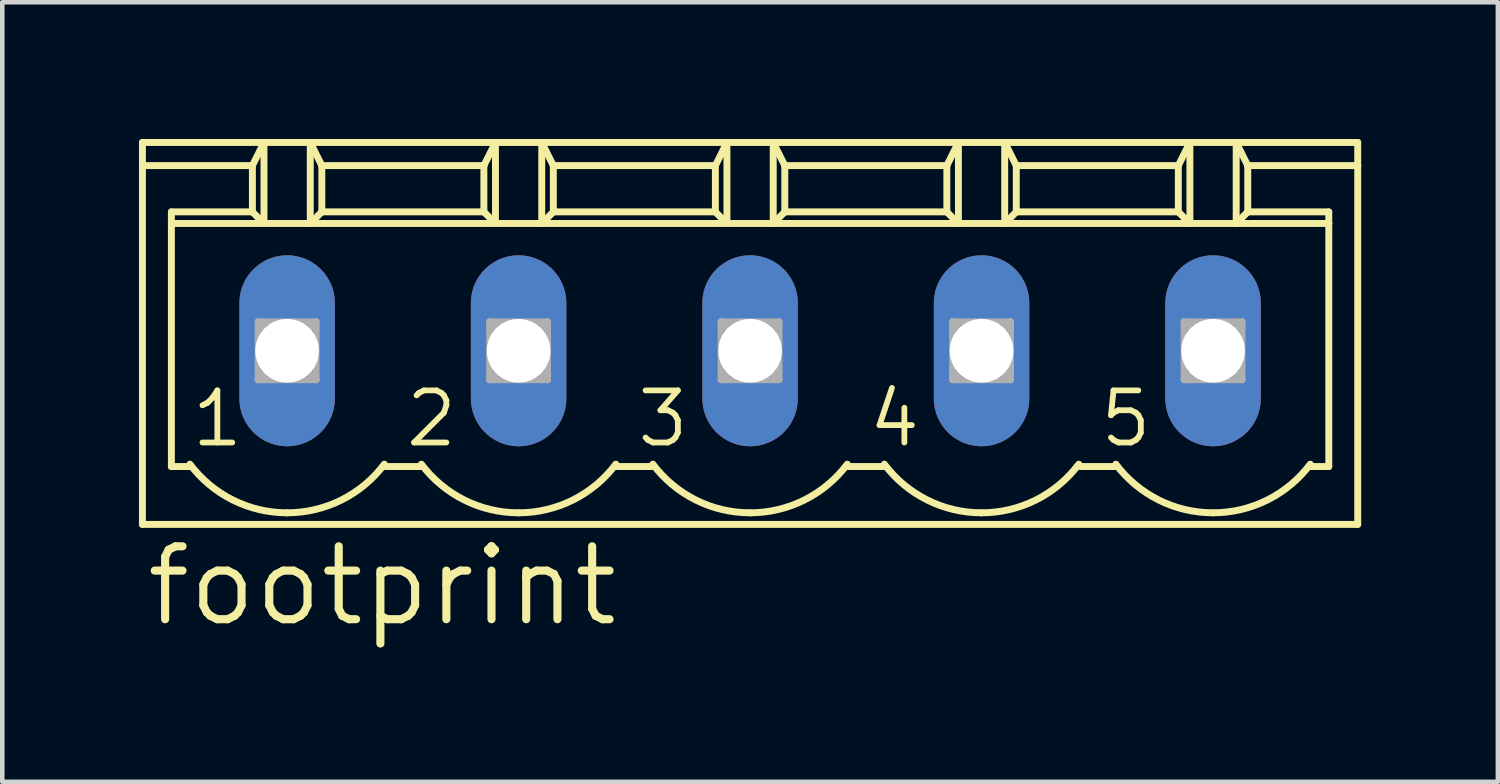
<source format=kicad_pcb>
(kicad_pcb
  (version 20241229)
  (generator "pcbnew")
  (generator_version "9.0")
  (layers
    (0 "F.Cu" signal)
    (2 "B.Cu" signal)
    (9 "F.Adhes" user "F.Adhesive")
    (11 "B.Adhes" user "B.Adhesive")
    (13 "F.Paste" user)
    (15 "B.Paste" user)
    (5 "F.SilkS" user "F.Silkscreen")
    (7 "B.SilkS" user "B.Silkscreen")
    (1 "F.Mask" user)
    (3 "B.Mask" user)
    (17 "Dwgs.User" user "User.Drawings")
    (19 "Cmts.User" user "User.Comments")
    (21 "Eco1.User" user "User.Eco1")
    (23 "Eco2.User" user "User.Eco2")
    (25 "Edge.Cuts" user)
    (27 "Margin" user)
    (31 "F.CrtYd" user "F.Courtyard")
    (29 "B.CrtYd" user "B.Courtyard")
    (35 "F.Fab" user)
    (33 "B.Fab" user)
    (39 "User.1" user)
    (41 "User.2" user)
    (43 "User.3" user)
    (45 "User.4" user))
  (footprint "footprint"
    (layer "F.Cu")
    (at 13.411 4.648)
    (property "Reference" "footprint" (at -13.335 6.096 0) (layer "F.SilkS") (effects (font (size 1.6 1.6) (thickness 0.178)) (justify left bottom)))
    (fp_line (start -13.335 -4.572) (end -13.335 -4.064) (stroke (width 0.152) (type solid)) (layer "F.SilkS"))
    (fp_line (start -13.335 -4.572) (end -10.668 -4.572) (stroke (width 0.152) (type solid)) (layer "F.SilkS"))
    (fp_line (start -13.335 -4.064) (end -13.335 3.81) (stroke (width 0.152) (type solid)) (layer "F.SilkS"))
    (fp_line (start -13.335 -4.064) (end -10.922 -4.064) (stroke (width 0.152) (type solid)) (layer "F.SilkS"))
    (fp_line (start -13.335 3.81) (end 13.335 3.81) (stroke (width 0.152) (type solid)) (layer "F.SilkS"))
    (fp_line (start -12.7 -2.794) (end -12.7 -3.048) (stroke (width 0.152) (type solid)) (layer "F.SilkS"))
    (fp_line (start -12.7 -2.794) (end -10.668 -2.794) (stroke (width 0.152) (type solid)) (layer "F.SilkS"))
    (fp_line (start -12.7 2.54) (end -12.7 -2.794) (stroke (width 0.152) (type solid)) (layer "F.SilkS"))
    (fp_line (start -12.7 2.54) (end -12.268 2.54) (stroke (width 0.152) (type solid)) (layer "F.SilkS"))
    (fp_line (start -10.922 -4.064) (end -10.922 -3.048) (stroke (width 0.152) (type solid)) (layer "F.SilkS"))
    (fp_line (start -10.922 -4.064) (end -10.668 -4.572) (stroke (width 0.152) (type solid)) (layer "F.SilkS"))
    (fp_line (start -10.922 -3.048) (end -12.7 -3.048) (stroke (width 0.152) (type solid)) (layer "F.SilkS"))
    (fp_line (start -10.922 -3.048) (end -10.668 -2.794) (stroke (width 0.152) (type solid)) (layer "F.SilkS"))
    (fp_line (start -10.668 -4.572) (end -9.652 -4.572) (stroke (width 0.152) (type solid)) (layer "F.SilkS"))
    (fp_line (start -10.668 -2.794) (end -10.668 -4.572) (stroke (width 0.152) (type solid)) (layer "F.SilkS"))
    (fp_line (start -10.668 -2.794) (end -9.652 -2.794) (stroke (width 0.152) (type solid)) (layer "F.SilkS"))
    (fp_line (start -9.652 -4.572) (end -9.398 -4.064) (stroke (width 0.152) (type solid)) (layer "F.SilkS"))
    (fp_line (start -9.652 -4.572) (end -5.588 -4.572) (stroke (width 0.152) (type solid)) (layer "F.SilkS"))
    (fp_line (start -9.652 -2.794) (end -9.652 -4.572) (stroke (width 0.152) (type solid)) (layer "F.SilkS"))
    (fp_line (start -9.652 -2.794) (end -5.588 -2.794) (stroke (width 0.152) (type solid)) (layer "F.SilkS"))
    (fp_line (start -9.398 -4.064) (end -9.398 -3.048) (stroke (width 0.152) (type solid)) (layer "F.SilkS"))
    (fp_line (start -9.398 -4.064) (end -5.842 -4.064) (stroke (width 0.152) (type solid)) (layer "F.SilkS"))
    (fp_line (start -9.398 -3.048) (end -9.652 -2.794) (stroke (width 0.152) (type solid)) (layer "F.SilkS"))
    (fp_line (start -8.001 2.54) (end -7.239 2.54) (stroke (width 0.152) (type solid)) (layer "F.SilkS"))
    (fp_line (start -5.842 -4.064) (end -5.842 -3.048) (stroke (width 0.152) (type solid)) (layer "F.SilkS"))
    (fp_line (start -5.842 -4.064) (end -5.588 -4.572) (stroke (width 0.152) (type solid)) (layer "F.SilkS"))
    (fp_line (start -5.842 -3.048) (end -9.398 -3.048) (stroke (width 0.152) (type solid)) (layer "F.SilkS"))
    (fp_line (start -5.842 -3.048) (end -5.588 -2.794) (stroke (width 0.152) (type solid)) (layer "F.SilkS"))
    (fp_line (start -5.588 -4.572) (end -4.572 -4.572) (stroke (width 0.152) (type solid)) (layer "F.SilkS"))
    (fp_line (start -5.588 -2.794) (end -5.588 -4.572) (stroke (width 0.152) (type solid)) (layer "F.SilkS"))
    (fp_line (start -5.588 -2.794) (end -4.572 -2.794) (stroke (width 0.152) (type solid)) (layer "F.SilkS"))
    (fp_line (start -4.572 -4.572) (end -4.318 -4.064) (stroke (width 0.152) (type solid)) (layer "F.SilkS"))
    (fp_line (start -4.572 -4.572) (end -0.508 -4.572) (stroke (width 0.152) (type solid)) (layer "F.SilkS"))
    (fp_line (start -4.572 -2.794) (end -4.572 -4.572) (stroke (width 0.152) (type solid)) (layer "F.SilkS"))
    (fp_line (start -4.572 -2.794) (end -0.508 -2.794) (stroke (width 0.152) (type solid)) (layer "F.SilkS"))
    (fp_line (start -4.318 -4.064) (end -4.318 -3.048) (stroke (width 0.152) (type solid)) (layer "F.SilkS"))
    (fp_line (start -4.318 -4.064) (end -0.762 -4.064) (stroke (width 0.152) (type solid)) (layer "F.SilkS"))
    (fp_line (start -4.318 -3.048) (end -4.572 -2.794) (stroke (width 0.152) (type solid)) (layer "F.SilkS"))
    (fp_line (start -2.921 2.54) (end -2.159 2.54) (stroke (width 0.152) (type solid)) (layer "F.SilkS"))
    (fp_line (start -0.762 -4.064) (end -0.762 -3.048) (stroke (width 0.152) (type solid)) (layer "F.SilkS"))
    (fp_line (start -0.762 -4.064) (end -0.508 -4.572) (stroke (width 0.152) (type solid)) (layer "F.SilkS"))
    (fp_line (start -0.762 -3.048) (end -4.318 -3.048) (stroke (width 0.152) (type solid)) (layer "F.SilkS"))
    (fp_line (start -0.762 -3.048) (end -0.508 -2.794) (stroke (width 0.152) (type solid)) (layer "F.SilkS"))
    (fp_line (start -0.508 -4.572) (end 0.508 -4.572) (stroke (width 0.152) (type solid)) (layer "F.SilkS"))
    (fp_line (start -0.508 -2.794) (end -0.508 -4.572) (stroke (width 0.152) (type solid)) (layer "F.SilkS"))
    (fp_line (start -0.508 -2.794) (end 0.508 -2.794) (stroke (width 0.152) (type solid)) (layer "F.SilkS"))
    (fp_line (start 0.508 -4.572) (end 0.762 -4.064) (stroke (width 0.152) (type solid)) (layer "F.SilkS"))
    (fp_line (start 0.508 -4.572) (end 4.572 -4.572) (stroke (width 0.152) (type solid)) (layer "F.SilkS"))
    (fp_line (start 0.508 -2.794) (end 0.508 -4.572) (stroke (width 0.152) (type solid)) (layer "F.SilkS"))
    (fp_line (start 0.508 -2.794) (end 4.572 -2.794) (stroke (width 0.152) (type solid)) (layer "F.SilkS"))
    (fp_line (start 0.762 -4.064) (end 0.762 -3.048) (stroke (width 0.152) (type solid)) (layer "F.SilkS"))
    (fp_line (start 0.762 -4.064) (end 4.318 -4.064) (stroke (width 0.152) (type solid)) (layer "F.SilkS"))
    (fp_line (start 0.762 -3.048) (end 0.508 -2.794) (stroke (width 0.152) (type solid)) (layer "F.SilkS"))
    (fp_line (start 0.762 -3.048) (end 4.318 -3.048) (stroke (width 0.152) (type solid)) (layer "F.SilkS"))
    (fp_line (start 2.159 2.54) (end 2.921 2.54) (stroke (width 0.152) (type solid)) (layer "F.SilkS"))
    (fp_line (start 4.318 -4.064) (end 4.318 -3.048) (stroke (width 0.152) (type solid)) (layer "F.SilkS"))
    (fp_line (start 4.318 -4.064) (end 4.572 -4.572) (stroke (width 0.152) (type solid)) (layer "F.SilkS"))
    (fp_line (start 4.318 -3.048) (end 4.572 -2.794) (stroke (width 0.152) (type solid)) (layer "F.SilkS"))
    (fp_line (start 4.572 -4.572) (end 5.588 -4.572) (stroke (width 0.152) (type solid)) (layer "F.SilkS"))
    (fp_line (start 4.572 -2.794) (end 4.572 -4.572) (stroke (width 0.152) (type solid)) (layer "F.SilkS"))
    (fp_line (start 4.572 -2.794) (end 5.588 -2.794) (stroke (width 0.152) (type solid)) (layer "F.SilkS"))
    (fp_line (start 5.588 -4.572) (end 5.842 -4.064) (stroke (width 0.152) (type solid)) (layer "F.SilkS"))
    (fp_line (start 5.588 -4.572) (end 9.652 -4.572) (stroke (width 0.152) (type solid)) (layer "F.SilkS"))
    (fp_line (start 5.588 -2.794) (end 5.588 -4.572) (stroke (width 0.152) (type solid)) (layer "F.SilkS"))
    (fp_line (start 5.588 -2.794) (end 9.652 -2.794) (stroke (width 0.152) (type solid)) (layer "F.SilkS"))
    (fp_line (start 5.842 -4.064) (end 5.842 -3.048) (stroke (width 0.152) (type solid)) (layer "F.SilkS"))
    (fp_line (start 5.842 -4.064) (end 9.398 -4.064) (stroke (width 0.152) (type solid)) (layer "F.SilkS"))
    (fp_line (start 5.842 -3.048) (end 5.588 -2.794) (stroke (width 0.152) (type solid)) (layer "F.SilkS"))
    (fp_line (start 5.842 -3.048) (end 9.398 -3.048) (stroke (width 0.152) (type solid)) (layer "F.SilkS"))
    (fp_line (start 7.239 2.54) (end 8.001 2.54) (stroke (width 0.152) (type solid)) (layer "F.SilkS"))
    (fp_line (start 9.398 -4.064) (end 9.398 -3.048) (stroke (width 0.152) (type solid)) (layer "F.SilkS"))
    (fp_line (start 9.398 -4.064) (end 9.652 -4.572) (stroke (width 0.152) (type solid)) (layer "F.SilkS"))
    (fp_line (start 9.398 -3.048) (end 9.652 -2.794) (stroke (width 0.152) (type solid)) (layer "F.SilkS"))
    (fp_line (start 9.652 -4.572) (end 10.668 -4.572) (stroke (width 0.152) (type solid)) (layer "F.SilkS"))
    (fp_line (start 9.652 -2.794) (end 9.652 -4.572) (stroke (width 0.152) (type solid)) (layer "F.SilkS"))
    (fp_line (start 9.652 -2.794) (end 10.668 -2.794) (stroke (width 0.152) (type solid)) (layer "F.SilkS"))
    (fp_line (start 10.668 -4.572) (end 10.922 -4.064) (stroke (width 0.152) (type solid)) (layer "F.SilkS"))
    (fp_line (start 10.668 -4.572) (end 13.335 -4.572) (stroke (width 0.152) (type solid)) (layer "F.SilkS"))
    (fp_line (start 10.668 -2.794) (end 10.668 -4.572) (stroke (width 0.152) (type solid)) (layer "F.SilkS"))
    (fp_line (start 10.668 -2.794) (end 12.7 -2.794) (stroke (width 0.152) (type solid)) (layer "F.SilkS"))
    (fp_line (start 10.922 -4.064) (end 10.922 -3.048) (stroke (width 0.152) (type solid)) (layer "F.SilkS"))
    (fp_line (start 10.922 -4.064) (end 13.335 -4.064) (stroke (width 0.152) (type solid)) (layer "F.SilkS"))
    (fp_line (start 10.922 -3.048) (end 10.668 -2.794) (stroke (width 0.152) (type solid)) (layer "F.SilkS"))
    (fp_line (start 10.922 -3.048) (end 12.7 -3.048) (stroke (width 0.152) (type solid)) (layer "F.SilkS"))
    (fp_line (start 12.268 2.54) (end 12.7 2.54) (stroke (width 0.152) (type solid)) (layer "F.SilkS"))
    (fp_line (start 12.7 -3.048) (end 12.7 -2.794) (stroke (width 0.152) (type solid)) (layer "F.SilkS"))
    (fp_line (start 12.7 -2.794) (end 12.7 2.54) (stroke (width 0.152) (type solid)) (layer "F.SilkS"))
    (fp_line (start 13.335 -4.064) (end 13.335 -4.572) (stroke (width 0.152) (type solid)) (layer "F.SilkS"))
    (fp_line (start 13.335 3.81) (end 13.335 -4.064) (stroke (width 0.152) (type solid)) (layer "F.SilkS"))
    (fp_arc (start -10.159999 3.556) (mid -11.352718 3.274437) (end -12.2936 2.4892) (stroke (width 0.1524) (type solid)) (layer "F.SilkS"))
    (fp_arc (start -8.026399 2.4892) (mid -8.967281 3.274438) (end -10.16 3.556) (stroke (width 0.1524) (type solid)) (layer "F.SilkS"))
    (fp_arc (start -5.079999 3.556) (mid -6.272718 3.274437) (end -7.2136 2.4892) (stroke (width 0.1524) (type solid)) (layer "F.SilkS"))
    (fp_arc (start -2.946399 2.4892) (mid -3.887281 3.274438) (end -5.08 3.556) (stroke (width 0.1524) (type solid)) (layer "F.SilkS"))
    (fp_arc (start 0.000001 3.556) (mid -1.192718 3.274438) (end -2.1336 2.4892) (stroke (width 0.1524) (type solid)) (layer "F.SilkS"))
    (fp_arc (start 2.133601 2.4892) (mid 1.192719 3.274438) (end 0 3.556) (stroke (width 0.1524) (type solid)) (layer "F.SilkS"))
    (fp_arc (start 5.080001 3.556) (mid 3.887282 3.274438) (end 2.9464 2.4892) (stroke (width 0.1524) (type solid)) (layer "F.SilkS"))
    (fp_arc (start 7.2136 2.489199) (mid 6.272719 3.274437) (end 5.08 3.556) (stroke (width 0.1524) (type solid)) (layer "F.SilkS"))
    (fp_arc (start 10.160001 3.556) (mid 8.967282 3.274438) (end 8.0264 2.4892) (stroke (width 0.1524) (type solid)) (layer "F.SilkS"))
    (fp_arc (start 12.2936 2.489199) (mid 11.352719 3.274437) (end 10.16 3.556) (stroke (width 0.1524) (type solid)) (layer "F.SilkS"))
    (fp_line (start -10.795 -0.635) (end -10.795 0.635) (stroke (width 0.152) (type solid)) (layer "F.Fab"))
    (fp_line (start -10.795 -0.635) (end -9.525 0.635) (stroke (width 0.152) (type solid)) (layer "F.Fab"))
    (fp_line (start -10.795 0.635) (end -9.525 -0.635) (stroke (width 0.152) (type solid)) (layer "F.Fab"))
    (fp_line (start -10.795 0.635) (end -9.525 0.635) (stroke (width 0.152) (type solid)) (layer "F.Fab"))
    (fp_line (start -9.525 -0.635) (end -10.795 -0.635) (stroke (width 0.152) (type solid)) (layer "F.Fab"))
    (fp_line (start -9.525 0.635) (end -9.525 -0.635) (stroke (width 0.152) (type solid)) (layer "F.Fab"))
    (fp_line (start -5.715 -0.635) (end -5.715 0.635) (stroke (width 0.152) (type solid)) (layer "F.Fab"))
    (fp_line (start -5.715 -0.635) (end -4.445 0.635) (stroke (width 0.152) (type solid)) (layer "F.Fab"))
    (fp_line (start -5.715 0.635) (end -4.445 -0.635) (stroke (width 0.152) (type solid)) (layer "F.Fab"))
    (fp_line (start -5.715 0.635) (end -4.445 0.635) (stroke (width 0.152) (type solid)) (layer "F.Fab"))
    (fp_line (start -4.445 -0.635) (end -5.715 -0.635) (stroke (width 0.152) (type solid)) (layer "F.Fab"))
    (fp_line (start -4.445 0.635) (end -4.445 -0.635) (stroke (width 0.152) (type solid)) (layer "F.Fab"))
    (fp_line (start -0.635 -0.635) (end -0.635 0.635) (stroke (width 0.152) (type solid)) (layer "F.Fab"))
    (fp_line (start -0.635 -0.635) (end 0.635 0.635) (stroke (width 0.152) (type solid)) (layer "F.Fab"))
    (fp_line (start -0.635 0.635) (end 0.635 -0.635) (stroke (width 0.152) (type solid)) (layer "F.Fab"))
    (fp_line (start -0.635 0.635) (end 0.635 0.635) (stroke (width 0.152) (type solid)) (layer "F.Fab"))
    (fp_line (start 0.635 -0.635) (end -0.635 -0.635) (stroke (width 0.152) (type solid)) (layer "F.Fab"))
    (fp_line (start 0.635 0.635) (end 0.635 -0.635) (stroke (width 0.152) (type solid)) (layer "F.Fab"))
    (fp_line (start 4.445 -0.635) (end 4.445 0.635) (stroke (width 0.152) (type solid)) (layer "F.Fab"))
    (fp_line (start 4.445 -0.635) (end 5.715 0.635) (stroke (width 0.152) (type solid)) (layer "F.Fab"))
    (fp_line (start 4.445 0.635) (end 5.715 -0.635) (stroke (width 0.152) (type solid)) (layer "F.Fab"))
    (fp_line (start 4.445 0.635) (end 5.715 0.635) (stroke (width 0.152) (type solid)) (layer "F.Fab"))
    (fp_line (start 5.715 -0.635) (end 4.445 -0.635) (stroke (width 0.152) (type solid)) (layer "F.Fab"))
    (fp_line (start 5.715 0.635) (end 5.715 -0.635) (stroke (width 0.152) (type solid)) (layer "F.Fab"))
    (fp_line (start 9.525 -0.635) (end 9.525 0.635) (stroke (width 0.152) (type solid)) (layer "F.Fab"))
    (fp_line (start 9.525 -0.635) (end 10.795 0.635) (stroke (width 0.152) (type solid)) (layer "F.Fab"))
    (fp_line (start 9.525 0.635) (end 10.795 -0.635) (stroke (width 0.152) (type solid)) (layer "F.Fab"))
    (fp_line (start 9.525 0.635) (end 10.795 0.635) (stroke (width 0.152) (type solid)) (layer "F.Fab"))
    (fp_line (start 10.795 -0.635) (end 9.525 -0.635) (stroke (width 0.152) (type solid)) (layer "F.Fab"))
    (fp_line (start 10.795 0.635) (end 10.795 -0.635) (stroke (width 0.152) (type solid)) (layer "F.Fab"))
    (fp_text user "1" (at -12.319 2.159 0) (layer "F.SilkS") (effects (font (size 1.143 1.143) (thickness 0.127)) (justify left bottom)))
    (fp_text user "2" (at -7.62 2.159 0) (layer "F.SilkS") (effects (font (size 1.143 1.143) (thickness 0.127)) (justify left bottom)))
    (fp_text user "5" (at 7.62 2.159 0) (layer "F.SilkS") (effects (font (size 1.143 1.143) (thickness 0.127)) (justify left bottom)))
    (fp_text user "4" (at 2.54 2.159 0) (layer "F.SilkS") (effects (font (size 1.143 1.143) (thickness 0.127)) (justify left bottom)))
    (fp_text user "3" (at -2.54 2.159 0) (layer "F.SilkS") (effects (font (size 1.143 1.143) (thickness 0.127)) (justify left bottom)))
    (pad "1" thru_hole oval (at -10.16 0 90) (size 4.191 2.095) (drill 1.397) (layers "*.Cu" "*.Mask"))
    (pad "2" thru_hole oval (at -5.08 0 90) (size 4.191 2.095) (drill 1.397) (layers "*.Cu" "*.Mask"))
    (pad "3" thru_hole oval (at 0 0 90) (size 4.191 2.095) (drill 1.397) (layers "*.Cu" "*.Mask"))
    (pad "4" thru_hole oval (at 5.08 0 90) (size 4.191 2.095) (drill 1.397) (layers "*.Cu" "*.Mask"))
    (pad "5" thru_hole oval (at 10.16 0 90) (size 4.191 2.095) (drill 1.397) (layers "*.Cu" "*.Mask")))
  (gr_rect
    (start -3 -3)
    (end 29.822 14.107)
    (stroke (width 0.1) (type default))
    (fill no)
    (layer "Edge.Cuts")))
</source>
